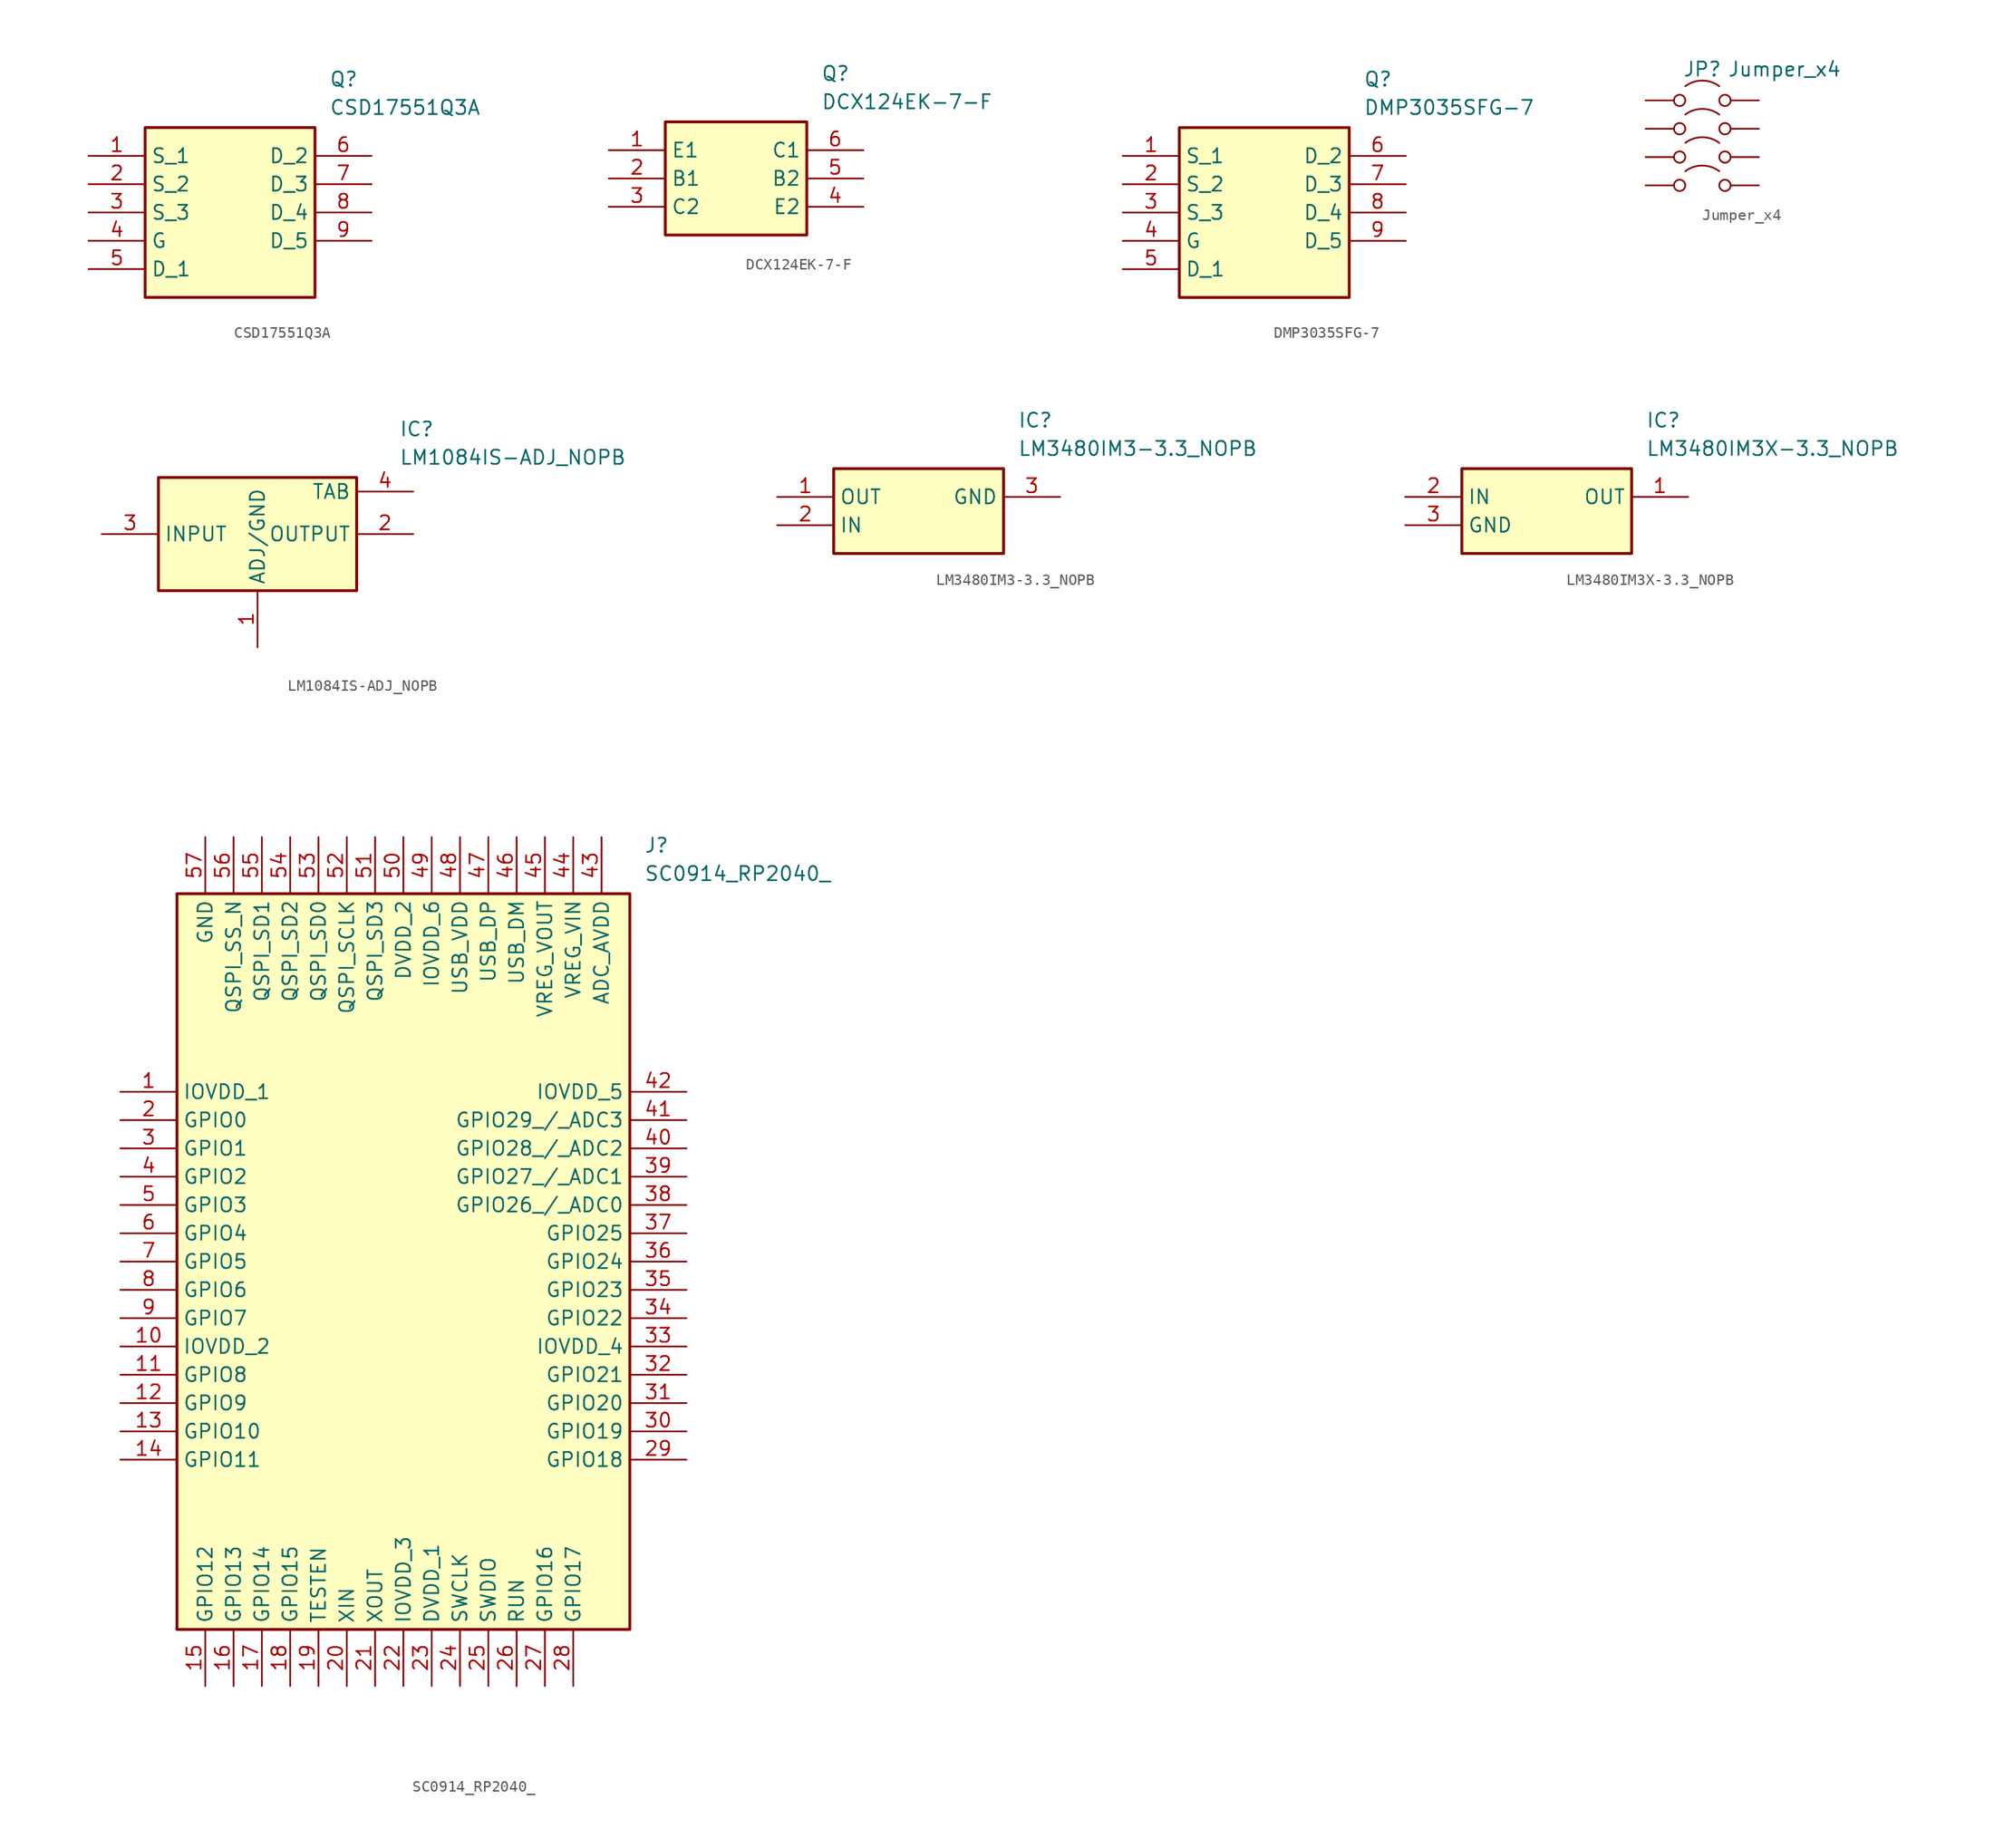
<source format=kicad_sym>
(kicad_symbol_lib
  (version 20241209)
  (generator "kicad_symbol_editor")
  (generator_version "9.0")
  (symbol "CSD17551Q3A"
    (property "Reference" "Q"
      (at 21.59 7.62 0)
      (effects (font (size 1.27 1.27)) (justify left top)))
    (property "Value" "CSD17551Q3A"
      (at 21.59 5.08 0)
      (effects (font (size 1.27 1.27)) (justify left top)))
    (symbol "CSD17551Q3A_1_1"
      (rectangle (start 5.08 2.54) (end 20.32 -12.7) (stroke (width 0.254) (type default)) (fill (type background)))
      (pin passive line (at 0 0 0) (length 5.08) (name "S_1" (effects (font (size 1.27 1.27)))) (number "1" (effects (font (size 1.27 1.27)))))
      (pin passive line (at 0 -2.54 0) (length 5.08) (name "S_2" (effects (font (size 1.27 1.27)))) (number "2" (effects (font (size 1.27 1.27)))))
      (pin passive line (at 0 -5.08 0) (length 5.08) (name "S_3" (effects (font (size 1.27 1.27)))) (number "3" (effects (font (size 1.27 1.27)))))
      (pin passive line (at 0 -7.62 0) (length 5.08) (name "G" (effects (font (size 1.27 1.27)))) (number "4" (effects (font (size 1.27 1.27)))))
      (pin passive line (at 0 -10.16 0) (length 5.08) (name "D_1" (effects (font (size 1.27 1.27)))) (number "5" (effects (font (size 1.27 1.27)))))
      (pin passive line (at 25.4 0 180) (length 5.08) (name "D_2" (effects (font (size 1.27 1.27)))) (number "6" (effects (font (size 1.27 1.27)))))
      (pin passive line (at 25.4 -2.54 180) (length 5.08) (name "D_3" (effects (font (size 1.27 1.27)))) (number "7" (effects (font (size 1.27 1.27)))))
      (pin passive line (at 25.4 -5.08 180) (length 5.08) (name "D_4" (effects (font (size 1.27 1.27)))) (number "8" (effects (font (size 1.27 1.27)))))
      (pin passive line (at 25.4 -7.62 180) (length 5.08) (name "D_5" (effects (font (size 1.27 1.27)))) (number "9" (effects (font (size 1.27 1.27)))))))
  (symbol "DCX124EK-7-F"
    (property "Reference" "Q"
      (at 19.05 7.62 0)
      (effects (font (size 1.27 1.27)) (justify left top)))
    (property "Value" "DCX124EK-7-F"
      (at 19.05 5.08 0)
      (effects (font (size 1.27 1.27)) (justify left top)))
    (symbol "DCX124EK-7-F_1_1"
      (rectangle (start 5.08 2.54) (end 17.78 -7.62) (stroke (width 0.254) (type default)) (fill (type background)))
      (pin passive line (at 0 0 0) (length 5.08) (name "E1" (effects (font (size 1.27 1.27)))) (number "1" (effects (font (size 1.27 1.27)))))
      (pin passive line (at 0 -2.54 0) (length 5.08) (name "B1" (effects (font (size 1.27 1.27)))) (number "2" (effects (font (size 1.27 1.27)))))
      (pin passive line (at 0 -5.08 0) (length 5.08) (name "C2" (effects (font (size 1.27 1.27)))) (number "3" (effects (font (size 1.27 1.27)))))
      (pin passive line (at 22.86 0 180) (length 5.08) (name "C1" (effects (font (size 1.27 1.27)))) (number "6" (effects (font (size 1.27 1.27)))))
      (pin passive line (at 22.86 -2.54 180) (length 5.08) (name "B2" (effects (font (size 1.27 1.27)))) (number "5" (effects (font (size 1.27 1.27)))))
      (pin passive line (at 22.86 -5.08 180) (length 5.08) (name "E2" (effects (font (size 1.27 1.27)))) (number "4" (effects (font (size 1.27 1.27)))))))
  (symbol "DMP3035SFG-7"
    (property "Reference" "Q"
      (at 21.59 7.62 0)
      (effects (font (size 1.27 1.27)) (justify left top)))
    (property "Value" "DMP3035SFG-7"
      (at 21.59 5.08 0)
      (effects (font (size 1.27 1.27)) (justify left top)))
    (symbol "DMP3035SFG-7_1_1"
      (rectangle (start 5.08 2.54) (end 20.32 -12.7) (stroke (width 0.254) (type default)) (fill (type background)))
      (pin passive line (at 0 0 0) (length 5.08) (name "S_1" (effects (font (size 1.27 1.27)))) (number "1" (effects (font (size 1.27 1.27)))))
      (pin passive line (at 0 -2.54 0) (length 5.08) (name "S_2" (effects (font (size 1.27 1.27)))) (number "2" (effects (font (size 1.27 1.27)))))
      (pin passive line (at 0 -5.08 0) (length 5.08) (name "S_3" (effects (font (size 1.27 1.27)))) (number "3" (effects (font (size 1.27 1.27)))))
      (pin passive line (at 0 -7.62 0) (length 5.08) (name "G" (effects (font (size 1.27 1.27)))) (number "4" (effects (font (size 1.27 1.27)))))
      (pin passive line (at 0 -10.16 0) (length 5.08) (name "D_1" (effects (font (size 1.27 1.27)))) (number "5" (effects (font (size 1.27 1.27)))))
      (pin passive line (at 25.4 0 180) (length 5.08) (name "D_2" (effects (font (size 1.27 1.27)))) (number "6" (effects (font (size 1.27 1.27)))))
      (pin passive line (at 25.4 -2.54 180) (length 5.08) (name "D_3" (effects (font (size 1.27 1.27)))) (number "7" (effects (font (size 1.27 1.27)))))
      (pin passive line (at 25.4 -5.08 180) (length 5.08) (name "D_4" (effects (font (size 1.27 1.27)))) (number "8" (effects (font (size 1.27 1.27)))))
      (pin passive line (at 25.4 -7.62 180) (length 5.08) (name "D_5" (effects (font (size 1.27 1.27)))) (number "9" (effects (font (size 1.27 1.27)))))))
  (symbol "Jumper_x4"
    (pin_numbers
      (hide yes))
    (pin_names
      (offset 0)
      (hide yes))
    (property "Reference" "JP"
      (at 0 2.794 0)
      (effects (font (size 1.27 1.27))))
    (property "Value" "Jumper_x4"
      (at 7.366 2.794 0)
      (effects (font (size 1.27 1.27))))
    (symbol "Jumper_x4_0_0"
      (circle (center -2.032 0) (radius 0.508) (stroke (width 0) (type default)) (fill (type none)))
      (circle (center -2.032 -2.54) (radius 0.508) (stroke (width 0) (type default)) (fill (type none)))
      (circle (center -2.032 -5.08) (radius 0.508) (stroke (width 0) (type default)) (fill (type none)))
      (circle (center -2.032 -7.62) (radius 0.508) (stroke (width 0) (type default)) (fill (type none)))
      (circle (center 2.032 0) (radius 0.508) (stroke (width 0) (type default)) (fill (type none)))
      (circle (center 2.032 -2.54) (radius 0.508) (stroke (width 0) (type default)) (fill (type none)))
      (circle (center 2.032 -5.08) (radius 0.508) (stroke (width 0) (type default)) (fill (type none)))
      (circle (center 2.032 -7.62) (radius 0.508) (stroke (width 0) (type default)) (fill (type none))))
    (symbol "Jumper_x4_0_1"
      (arc (start -1.524 1.27) (mid 0 1.778) (end 1.524 1.27) (stroke (width 0) (type default)) (fill (type none)))
      (arc (start -1.524 -1.27) (mid 0 -0.762) (end 1.524 -1.27) (stroke (width 0) (type default)) (fill (type none)))
      (arc (start -1.524 -3.81) (mid 0 -3.302) (end 1.524 -3.81) (stroke (width 0) (type default)) (fill (type none)))
      (arc (start -1.524 -6.35) (mid 0 -5.842) (end 1.524 -6.35) (stroke (width 0) (type default)) (fill (type none))))
    (symbol "Jumper_x4_1_1"
      (pin passive line (at -5.08 0 0) (length 2.54) (name "A" (effects (font (size 1.27 1.27)))) (number "1" (effects (font (size 1.27 1.27)))))
      (pin passive line (at -5.08 -2.54 0) (length 2.54) (name "A" (effects (font (size 1.27 1.27)))) (number "3" (effects (font (size 1.27 1.27)))))
      (pin passive line (at -5.08 -5.08 0) (length 2.54) (name "A" (effects (font (size 1.27 1.27)))) (number "5" (effects (font (size 1.27 1.27)))))
      (pin passive line (at -5.08 -7.62 0) (length 2.54) (name "A" (effects (font (size 1.27 1.27)))) (number "7" (effects (font (size 1.27 1.27)))))
      (pin passive line (at 5.08 0 180) (length 2.54) (name "B" (effects (font (size 1.27 1.27)))) (number "2" (effects (font (size 1.27 1.27)))))
      (pin passive line (at 5.08 -2.54 180) (length 2.54) (name "B" (effects (font (size 1.27 1.27)))) (number "4" (effects (font (size 1.27 1.27)))))
      (pin passive line (at 5.08 -5.08 180) (length 2.54) (name "B" (effects (font (size 1.27 1.27)))) (number "6" (effects (font (size 1.27 1.27)))))
      (pin passive line (at 5.08 -7.62 180) (length 2.54) (name "B" (effects (font (size 1.27 1.27)))) (number "8" (effects (font (size 1.27 1.27)))))))
  (symbol "LM1084IS-ADJ_NOPB"
    (property "Reference" "IC"
      (at 26.67 7.62 0)
      (effects (font (size 1.27 1.27)) (justify left top)))
    (property "Value" "LM1084IS-ADJ_NOPB"
      (at 26.67 5.08 0)
      (effects (font (size 1.27 1.27)) (justify left top)))
    (symbol "LM1084IS-ADJ_NOPB_1_1"
      (rectangle (start 5.08 2.54) (end 22.86 -7.62) (stroke (width 0.254) (type default)) (fill (type background)))
      (pin input line (at 0 -2.54 0) (length 5.08) (name "INPUT" (effects (font (size 1.27 1.27)))) (number "3" (effects (font (size 1.27 1.27)))))
      (pin power_in line (at 13.97 -12.7 90) (length 5.08) (name "ADJ/GND" (effects (font (size 1.27 1.27)))) (number "1" (effects (font (size 1.27 1.27)))))
      (pin output line (at 27.94 1.27 180) (length 5.08) (name "TAB" (effects (font (size 1.27 1.27)))) (number "4" (effects (font (size 1.27 1.27)))))
      (pin output line (at 27.94 -2.54 180) (length 5.08) (name "OUTPUT" (effects (font (size 1.27 1.27)))) (number "2" (effects (font (size 1.27 1.27)))))))
  (symbol "LM3480IM3-3.3_NOPB"
    (property "Reference" "IC"
      (at 21.59 7.62 0)
      (effects (font (size 1.27 1.27)) (justify left top)))
    (property "Value" "LM3480IM3-3.3_NOPB"
      (at 21.59 5.08 0)
      (effects (font (size 1.27 1.27)) (justify left top)))
    (symbol "LM3480IM3-3.3_NOPB_1_1"
      (rectangle (start 5.08 2.54) (end 20.32 -5.08) (stroke (width 0.254) (type default)) (fill (type background)))
      (pin output line (at 0 0 0) (length 5.08) (name "OUT" (effects (font (size 1.27 1.27)))) (number "1" (effects (font (size 1.27 1.27)))))
      (pin input line (at 0 -2.54 0) (length 5.08) (name "IN" (effects (font (size 1.27 1.27)))) (number "2" (effects (font (size 1.27 1.27)))))
      (pin power_in line (at 25.4 0 180) (length 5.08) (name "GND" (effects (font (size 1.27 1.27)))) (number "3" (effects (font (size 1.27 1.27)))))))
  (symbol "LM3480IM3X-3.3_NOPB"
    (property "Reference" "IC"
      (at 21.59 7.62 0)
      (effects (font (size 1.27 1.27)) (justify left top)))
    (property "Value" "LM3480IM3X-3.3_NOPB"
      (at 21.59 5.08 0)
      (effects (font (size 1.27 1.27)) (justify left top)))
    (symbol "LM3480IM3X-3.3_NOPB_1_1"
      (rectangle (start 5.08 2.54) (end 20.32 -5.08) (stroke (width 0.254) (type default)) (fill (type background)))
      (pin passive line (at 0 0 0) (length 5.08) (name "IN" (effects (font (size 1.27 1.27)))) (number "2" (effects (font (size 1.27 1.27)))))
      (pin passive line (at 0 -2.54 0) (length 5.08) (name "GND" (effects (font (size 1.27 1.27)))) (number "3" (effects (font (size 1.27 1.27)))))
      (pin passive line (at 25.4 0 180) (length 5.08) (name "OUT" (effects (font (size 1.27 1.27)))) (number "1" (effects (font (size 1.27 1.27)))))))
  (symbol "SC0914_RP2040_"
    (property "Reference" "J"
      (at 46.99 22.86 0)
      (effects (font (size 1.27 1.27)) (justify left top)))
    (property "Value" "SC0914_RP2040_"
      (at 46.99 20.32 0)
      (effects (font (size 1.27 1.27)) (justify left top)))
    (symbol "SC0914_RP2040__1_1"
      (rectangle (start 5.08 17.78) (end 45.72 -48.26) (stroke (width 0.254) (type default)) (fill (type background)))
      (pin passive line (at 0 0 0) (length 5.08) (name "IOVDD_1" (effects (font (size 1.27 1.27)))) (number "1" (effects (font (size 1.27 1.27)))))
      (pin passive line (at 0 -2.54 0) (length 5.08) (name "GPIO0" (effects (font (size 1.27 1.27)))) (number "2" (effects (font (size 1.27 1.27)))))
      (pin passive line (at 0 -5.08 0) (length 5.08) (name "GPIO1" (effects (font (size 1.27 1.27)))) (number "3" (effects (font (size 1.27 1.27)))))
      (pin passive line (at 0 -7.62 0) (length 5.08) (name "GPIO2" (effects (font (size 1.27 1.27)))) (number "4" (effects (font (size 1.27 1.27)))))
      (pin passive line (at 0 -10.16 0) (length 5.08) (name "GPIO3" (effects (font (size 1.27 1.27)))) (number "5" (effects (font (size 1.27 1.27)))))
      (pin passive line (at 0 -12.7 0) (length 5.08) (name "GPIO4" (effects (font (size 1.27 1.27)))) (number "6" (effects (font (size 1.27 1.27)))))
      (pin passive line (at 0 -15.24 0) (length 5.08) (name "GPIO5" (effects (font (size 1.27 1.27)))) (number "7" (effects (font (size 1.27 1.27)))))
      (pin passive line (at 0 -17.78 0) (length 5.08) (name "GPIO6" (effects (font (size 1.27 1.27)))) (number "8" (effects (font (size 1.27 1.27)))))
      (pin passive line (at 0 -20.32 0) (length 5.08) (name "GPIO7" (effects (font (size 1.27 1.27)))) (number "9" (effects (font (size 1.27 1.27)))))
      (pin passive line (at 0 -22.86 0) (length 5.08) (name "IOVDD_2" (effects (font (size 1.27 1.27)))) (number "10" (effects (font (size 1.27 1.27)))))
      (pin passive line (at 0 -25.4 0) (length 5.08) (name "GPIO8" (effects (font (size 1.27 1.27)))) (number "11" (effects (font (size 1.27 1.27)))))
      (pin passive line (at 0 -27.94 0) (length 5.08) (name "GPIO9" (effects (font (size 1.27 1.27)))) (number "12" (effects (font (size 1.27 1.27)))))
      (pin passive line (at 0 -30.48 0) (length 5.08) (name "GPIO10" (effects (font (size 1.27 1.27)))) (number "13" (effects (font (size 1.27 1.27)))))
      (pin passive line (at 0 -33.02 0) (length 5.08) (name "GPIO11" (effects (font (size 1.27 1.27)))) (number "14" (effects (font (size 1.27 1.27)))))
      (pin passive line (at 7.62 22.86 270) (length 5.08) (name "GND" (effects (font (size 1.27 1.27)))) (number "57" (effects (font (size 1.27 1.27)))))
      (pin passive line (at 7.62 -53.34 90) (length 5.08) (name "GPIO12" (effects (font (size 1.27 1.27)))) (number "15" (effects (font (size 1.27 1.27)))))
      (pin passive line (at 10.16 22.86 270) (length 5.08) (name "QSPI_SS_N" (effects (font (size 1.27 1.27)))) (number "56" (effects (font (size 1.27 1.27)))))
      (pin passive line (at 10.16 -53.34 90) (length 5.08) (name "GPIO13" (effects (font (size 1.27 1.27)))) (number "16" (effects (font (size 1.27 1.27)))))
      (pin passive line (at 12.7 22.86 270) (length 5.08) (name "QSPI_SD1" (effects (font (size 1.27 1.27)))) (number "55" (effects (font (size 1.27 1.27)))))
      (pin passive line (at 12.7 -53.34 90) (length 5.08) (name "GPIO14" (effects (font (size 1.27 1.27)))) (number "17" (effects (font (size 1.27 1.27)))))
      (pin passive line (at 15.24 22.86 270) (length 5.08) (name "QSPI_SD2" (effects (font (size 1.27 1.27)))) (number "54" (effects (font (size 1.27 1.27)))))
      (pin passive line (at 15.24 -53.34 90) (length 5.08) (name "GPIO15" (effects (font (size 1.27 1.27)))) (number "18" (effects (font (size 1.27 1.27)))))
      (pin passive line (at 17.78 22.86 270) (length 5.08) (name "QSPI_SD0" (effects (font (size 1.27 1.27)))) (number "53" (effects (font (size 1.27 1.27)))))
      (pin passive line (at 17.78 -53.34 90) (length 5.08) (name "TESTEN" (effects (font (size 1.27 1.27)))) (number "19" (effects (font (size 1.27 1.27)))))
      (pin passive line (at 20.32 22.86 270) (length 5.08) (name "QSPI_SCLK" (effects (font (size 1.27 1.27)))) (number "52" (effects (font (size 1.27 1.27)))))
      (pin passive line (at 20.32 -53.34 90) (length 5.08) (name "XIN" (effects (font (size 1.27 1.27)))) (number "20" (effects (font (size 1.27 1.27)))))
      (pin passive line (at 22.86 22.86 270) (length 5.08) (name "QSPI_SD3" (effects (font (size 1.27 1.27)))) (number "51" (effects (font (size 1.27 1.27)))))
      (pin passive line (at 22.86 -53.34 90) (length 5.08) (name "XOUT" (effects (font (size 1.27 1.27)))) (number "21" (effects (font (size 1.27 1.27)))))
      (pin passive line (at 25.4 22.86 270) (length 5.08) (name "DVDD_2" (effects (font (size 1.27 1.27)))) (number "50" (effects (font (size 1.27 1.27)))))
      (pin passive line (at 25.4 -53.34 90) (length 5.08) (name "IOVDD_3" (effects (font (size 1.27 1.27)))) (number "22" (effects (font (size 1.27 1.27)))))
      (pin passive line (at 27.94 22.86 270) (length 5.08) (name "IOVDD_6" (effects (font (size 1.27 1.27)))) (number "49" (effects (font (size 1.27 1.27)))))
      (pin passive line (at 27.94 -53.34 90) (length 5.08) (name "DVDD_1" (effects (font (size 1.27 1.27)))) (number "23" (effects (font (size 1.27 1.27)))))
      (pin passive line (at 30.48 22.86 270) (length 5.08) (name "USB_VDD" (effects (font (size 1.27 1.27)))) (number "48" (effects (font (size 1.27 1.27)))))
      (pin passive line (at 30.48 -53.34 90) (length 5.08) (name "SWCLK" (effects (font (size 1.27 1.27)))) (number "24" (effects (font (size 1.27 1.27)))))
      (pin passive line (at 33.02 22.86 270) (length 5.08) (name "USB_DP" (effects (font (size 1.27 1.27)))) (number "47" (effects (font (size 1.27 1.27)))))
      (pin passive line (at 33.02 -53.34 90) (length 5.08) (name "SWDIO" (effects (font (size 1.27 1.27)))) (number "25" (effects (font (size 1.27 1.27)))))
      (pin passive line (at 35.56 22.86 270) (length 5.08) (name "USB_DM" (effects (font (size 1.27 1.27)))) (number "46" (effects (font (size 1.27 1.27)))))
      (pin passive line (at 35.56 -53.34 90) (length 5.08) (name "RUN" (effects (font (size 1.27 1.27)))) (number "26" (effects (font (size 1.27 1.27)))))
      (pin passive line (at 38.1 22.86 270) (length 5.08) (name "VREG_VOUT" (effects (font (size 1.27 1.27)))) (number "45" (effects (font (size 1.27 1.27)))))
      (pin passive line (at 38.1 -53.34 90) (length 5.08) (name "GPIO16" (effects (font (size 1.27 1.27)))) (number "27" (effects (font (size 1.27 1.27)))))
      (pin passive line (at 40.64 22.86 270) (length 5.08) (name "VREG_VIN" (effects (font (size 1.27 1.27)))) (number "44" (effects (font (size 1.27 1.27)))))
      (pin passive line (at 40.64 -53.34 90) (length 5.08) (name "GPIO17" (effects (font (size 1.27 1.27)))) (number "28" (effects (font (size 1.27 1.27)))))
      (pin passive line (at 43.18 22.86 270) (length 5.08) (name "ADC_AVDD" (effects (font (size 1.27 1.27)))) (number "43" (effects (font (size 1.27 1.27)))))
      (pin passive line (at 50.8 0 180) (length 5.08) (name "IOVDD_5" (effects (font (size 1.27 1.27)))) (number "42" (effects (font (size 1.27 1.27)))))
      (pin passive line (at 50.8 -2.54 180) (length 5.08) (name "GPIO29_/_ADC3" (effects (font (size 1.27 1.27)))) (number "41" (effects (font (size 1.27 1.27)))))
      (pin passive line (at 50.8 -5.08 180) (length 5.08) (name "GPIO28_/_ADC2" (effects (font (size 1.27 1.27)))) (number "40" (effects (font (size 1.27 1.27)))))
      (pin passive line (at 50.8 -7.62 180) (length 5.08) (name "GPIO27_/_ADC1" (effects (font (size 1.27 1.27)))) (number "39" (effects (font (size 1.27 1.27)))))
      (pin passive line (at 50.8 -10.16 180) (length 5.08) (name "GPIO26_/_ADC0" (effects (font (size 1.27 1.27)))) (number "38" (effects (font (size 1.27 1.27)))))
      (pin passive line (at 50.8 -12.7 180) (length 5.08) (name "GPIO25" (effects (font (size 1.27 1.27)))) (number "37" (effects (font (size 1.27 1.27)))))
      (pin passive line (at 50.8 -15.24 180) (length 5.08) (name "GPIO24" (effects (font (size 1.27 1.27)))) (number "36" (effects (font (size 1.27 1.27)))))
      (pin passive line (at 50.8 -17.78 180) (length 5.08) (name "GPIO23" (effects (font (size 1.27 1.27)))) (number "35" (effects (font (size 1.27 1.27)))))
      (pin passive line (at 50.8 -20.32 180) (length 5.08) (name "GPIO22" (effects (font (size 1.27 1.27)))) (number "34" (effects (font (size 1.27 1.27)))))
      (pin passive line (at 50.8 -22.86 180) (length 5.08) (name "IOVDD_4" (effects (font (size 1.27 1.27)))) (number "33" (effects (font (size 1.27 1.27)))))
      (pin passive line (at 50.8 -25.4 180) (length 5.08) (name "GPIO21" (effects (font (size 1.27 1.27)))) (number "32" (effects (font (size 1.27 1.27)))))
      (pin passive line (at 50.8 -27.94 180) (length 5.08) (name "GPIO20" (effects (font (size 1.27 1.27)))) (number "31" (effects (font (size 1.27 1.27)))))
      (pin passive line (at 50.8 -30.48 180) (length 5.08) (name "GPIO19" (effects (font (size 1.27 1.27)))) (number "30" (effects (font (size 1.27 1.27)))))
      (pin passive line (at 50.8 -33.02 180) (length 5.08) (name "GPIO18" (effects (font (size 1.27 1.27)))) (number "29" (effects (font (size 1.27 1.27))))))))
</source>
